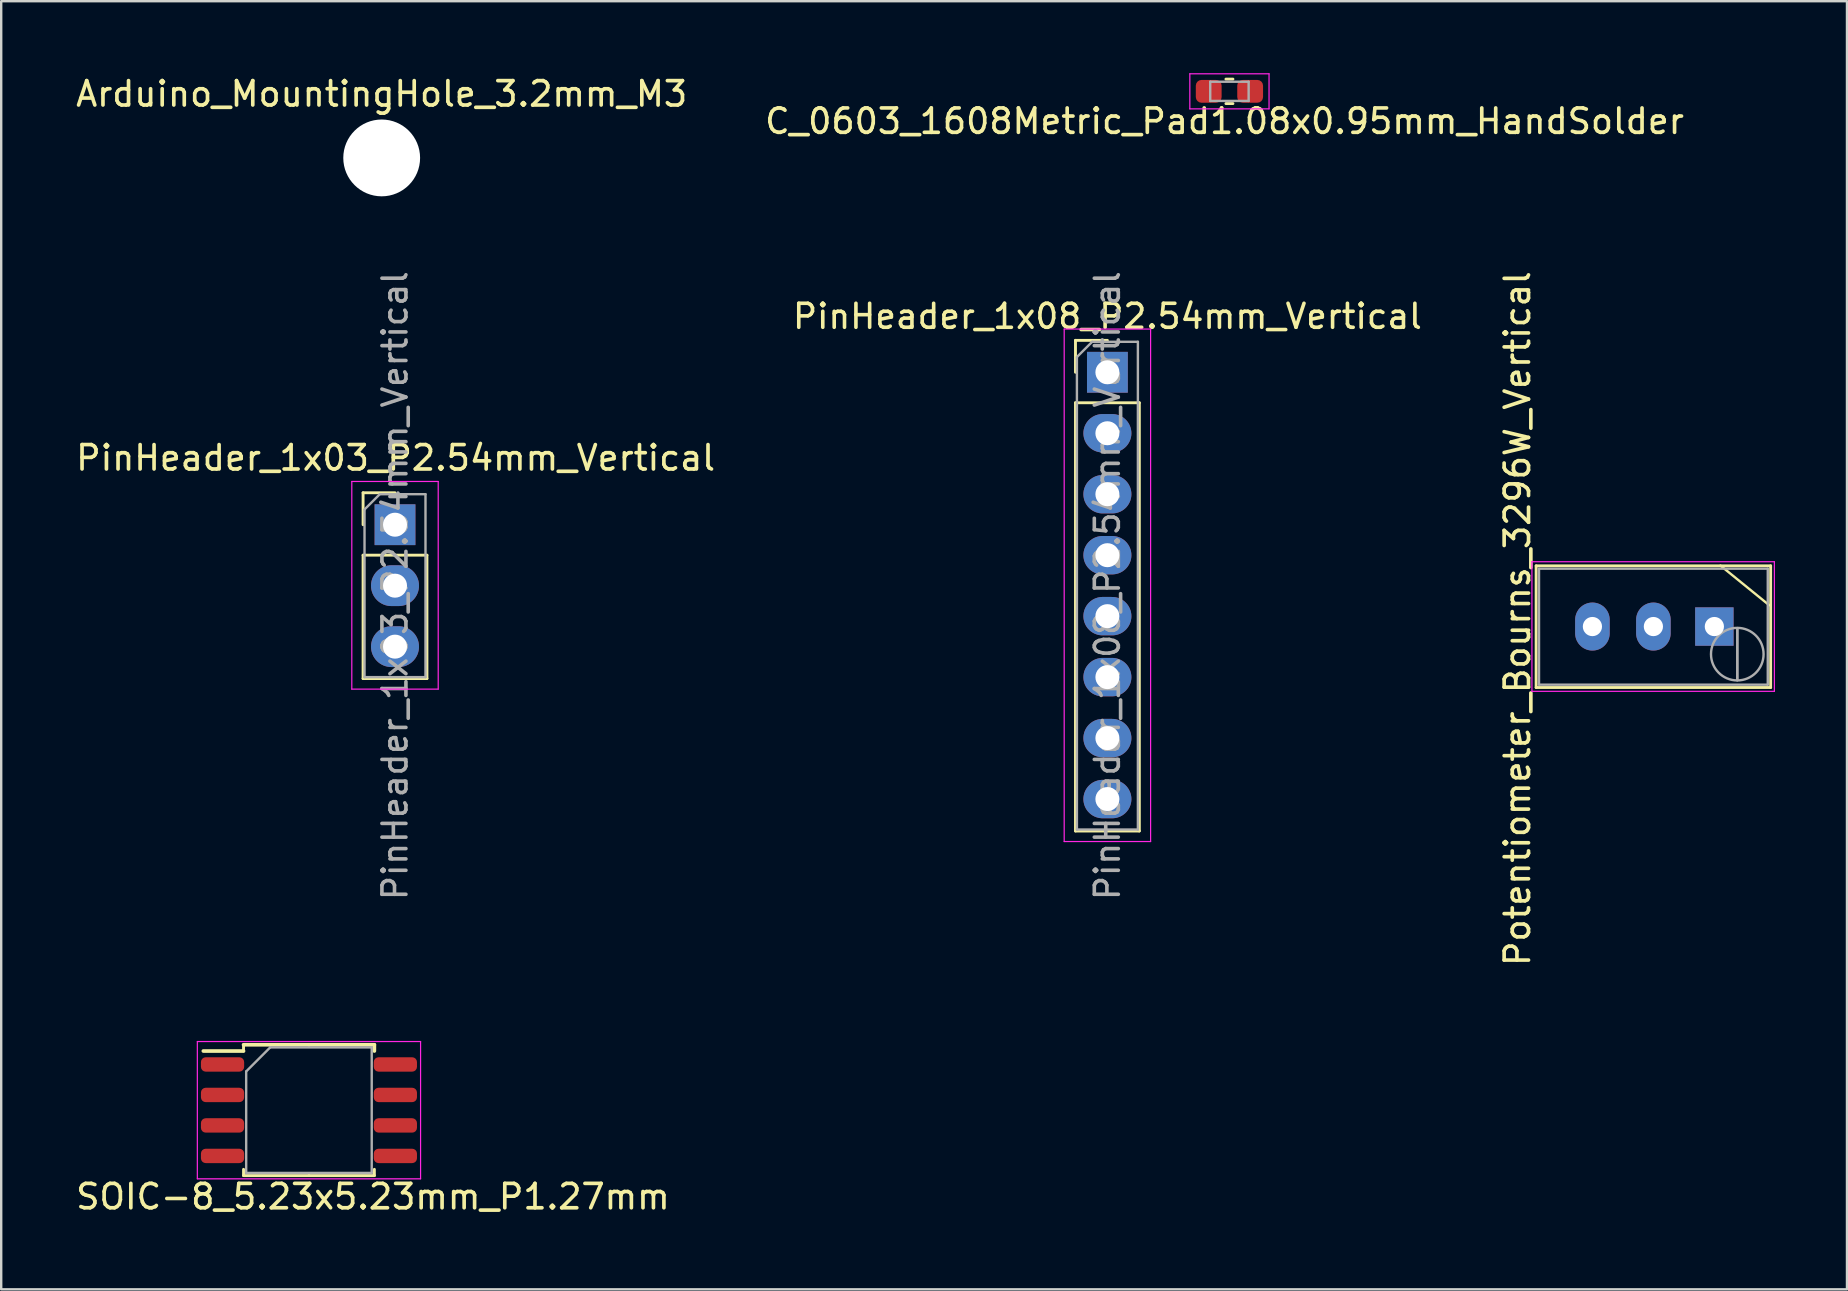
<source format=kicad_pcb>
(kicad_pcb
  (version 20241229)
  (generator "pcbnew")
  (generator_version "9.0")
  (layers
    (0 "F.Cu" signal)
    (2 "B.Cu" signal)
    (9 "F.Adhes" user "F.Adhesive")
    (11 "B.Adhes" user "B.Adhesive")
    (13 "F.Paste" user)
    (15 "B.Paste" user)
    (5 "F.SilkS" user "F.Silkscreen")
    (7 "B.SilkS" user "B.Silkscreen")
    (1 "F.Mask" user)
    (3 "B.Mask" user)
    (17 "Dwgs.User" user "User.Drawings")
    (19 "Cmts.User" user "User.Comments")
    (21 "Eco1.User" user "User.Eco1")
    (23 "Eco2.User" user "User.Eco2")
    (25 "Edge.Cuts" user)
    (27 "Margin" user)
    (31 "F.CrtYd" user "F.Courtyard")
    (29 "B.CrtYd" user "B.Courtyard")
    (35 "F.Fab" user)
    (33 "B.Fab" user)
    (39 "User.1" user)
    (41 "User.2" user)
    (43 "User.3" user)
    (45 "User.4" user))
  (footprint "C_0603_1608Metric_Pad1.08x0.95mm_HandSolder"
    (layer "F.Cu")
    (at 48.168 0.755)
    (property "Reference" "C_0603_1608Metric_Pad1.08x0.95mm_HandSolder" (at -0.204 1.245 180) (layer "F.SilkS") (effects (font (size 1.016 1.016) (thickness 0.152))))
    (attr smd)
    (fp_line (start -0.146 -0.51) (end 0.146 -0.51) (stroke (width 0.12) (type solid)) (layer "F.SilkS"))
    (fp_line (start -0.146 0.51) (end 0.146 0.51) (stroke (width 0.12) (type solid)) (layer "F.SilkS"))
    (fp_line (start -1.65 -0.73) (end 1.65 -0.73) (stroke (width 0.05) (type solid)) (layer "F.CrtYd"))
    (fp_line (start -1.65 0.73) (end -1.65 -0.73) (stroke (width 0.05) (type solid)) (layer "F.CrtYd"))
    (fp_line (start 1.65 -0.73) (end 1.65 0.73) (stroke (width 0.05) (type solid)) (layer "F.CrtYd"))
    (fp_line (start 1.65 0.73) (end -1.65 0.73) (stroke (width 0.05) (type solid)) (layer "F.CrtYd"))
    (fp_line (start -0.8 -0.4) (end 0.8 -0.4) (stroke (width 0.1) (type solid)) (layer "F.Fab"))
    (fp_line (start -0.8 0.4) (end -0.8 -0.4) (stroke (width 0.1) (type solid)) (layer "F.Fab"))
    (fp_line (start 0.8 -0.4) (end 0.8 0.4) (stroke (width 0.1) (type solid)) (layer "F.Fab"))
    (fp_line (start 0.8 0.4) (end -0.8 0.4) (stroke (width 0.1) (type solid)) (layer "F.Fab"))
    (pad "1" smd roundrect (at -0.863 0) (size 1.075 0.95) (layers "F.Cu" "F.Mask" "F.Paste") (roundrect_rratio 0.25))
    (pad "2" smd roundrect (at 0.863 0) (size 1.075 0.95) (layers "F.Cu" "F.Mask" "F.Paste") (roundrect_rratio 0.25)))
  (footprint "SOIC-8_5.23x5.23mm_P1.27mm"
    (layer "F.Cu")
    (at 9.821 43.2)
    (property "Reference" "SOIC-8_5.23x5.23mm_P1.27mm" (at 2.667 3.603 180) (layer "F.SilkS") (effects (font (size 1.016 1.016) (thickness 0.152))))
    (attr smd)
    (fp_line (start -2.725 -2.725) (end -2.725 -2.465) (stroke (width 0.12) (type solid)) (layer "F.SilkS"))
    (fp_line (start -2.725 -2.465) (end -4.4 -2.465) (stroke (width 0.152) (type solid)) (layer "F.SilkS"))
    (fp_line (start -2.725 2.725) (end -2.725 2.465) (stroke (width 0.12) (type solid)) (layer "F.SilkS"))
    (fp_line (start 0 -2.725) (end -2.725 -2.725) (stroke (width 0.152) (type solid)) (layer "F.SilkS"))
    (fp_line (start 0 -2.725) (end 2.725 -2.725) (stroke (width 0.152) (type solid)) (layer "F.SilkS"))
    (fp_line (start 0 2.725) (end -2.725 2.725) (stroke (width 0.12) (type solid)) (layer "F.SilkS"))
    (fp_line (start 0 2.725) (end 2.725 2.725) (stroke (width 0.12) (type solid)) (layer "F.SilkS"))
    (fp_line (start 2.725 -2.725) (end 2.725 -2.465) (stroke (width 0.152) (type solid)) (layer "F.SilkS"))
    (fp_line (start 2.725 2.725) (end 2.725 2.465) (stroke (width 0.12) (type solid)) (layer "F.SilkS"))
    (fp_line (start -4.65 -2.86) (end -4.65 2.86) (stroke (width 0.05) (type solid)) (layer "F.CrtYd"))
    (fp_line (start -4.65 2.86) (end 4.65 2.86) (stroke (width 0.05) (type solid)) (layer "F.CrtYd"))
    (fp_line (start 4.65 -2.86) (end -4.65 -2.86) (stroke (width 0.05) (type solid)) (layer "F.CrtYd"))
    (fp_line (start 4.65 2.86) (end 4.65 -2.86) (stroke (width 0.05) (type solid)) (layer "F.CrtYd"))
    (fp_line (start -2.615 -1.615) (end -1.615 -2.615) (stroke (width 0.1) (type solid)) (layer "F.Fab"))
    (fp_line (start -2.615 2.615) (end -2.615 -1.615) (stroke (width 0.1) (type solid)) (layer "F.Fab"))
    (fp_line (start -1.615 -2.615) (end 2.615 -2.615) (stroke (width 0.1) (type solid)) (layer "F.Fab"))
    (fp_line (start 2.615 -2.615) (end 2.615 2.615) (stroke (width 0.1) (type solid)) (layer "F.Fab"))
    (fp_line (start 2.615 2.615) (end -2.615 2.615) (stroke (width 0.1) (type solid)) (layer "F.Fab"))
    (pad "1" smd roundrect (at -3.6 -1.905) (size 1.8 0.6) (layers "F.Cu" "F.Mask" "F.Paste") (roundrect_rratio 0.333))
    (pad "2" smd roundrect (at -3.6 -0.635) (size 1.8 0.6) (layers "F.Cu" "F.Mask" "F.Paste") (roundrect_rratio 0.333))
    (pad "3" smd roundrect (at -3.6 0.635) (size 1.8 0.6) (layers "F.Cu" "F.Mask" "F.Paste") (roundrect_rratio 0.333))
    (pad "4" smd roundrect (at -3.6 1.905) (size 1.8 0.6) (layers "F.Cu" "F.Mask" "F.Paste") (roundrect_rratio 0.333))
    (pad "5" smd roundrect (at 3.6 1.905) (size 1.8 0.6) (layers "F.Cu" "F.Mask" "F.Paste") (roundrect_rratio 0.333))
    (pad "6" smd roundrect (at 3.6 0.635) (size 1.8 0.6) (layers "F.Cu" "F.Mask" "F.Paste") (roundrect_rratio 0.333))
    (pad "7" smd roundrect (at 3.6 -0.635) (size 1.8 0.6) (layers "F.Cu" "F.Mask" "F.Paste") (roundrect_rratio 0.333))
    (pad "8" smd roundrect (at 3.6 -1.905) (size 1.8 0.6) (layers "F.Cu" "F.Mask" "F.Paste") (roundrect_rratio 0.333)))
  (footprint "PinHeader_1x03_P2.54mm_Vertical"
    (layer "F.Cu")
    (at 13.406 18.809)
    (property "Reference" "PinHeader_1x03_P2.54mm_Vertical" (at 0.025 -2.784 0) (layer "F.SilkS") (effects (font (size 1.016 1.016) (thickness 0.152))))
    (attr through_hole)
    (fp_line (start -1.33 -1.33) (end 0 -1.33) (stroke (width 0.12) (type solid)) (layer "F.SilkS"))
    (fp_line (start -1.33 0) (end -1.33 -1.33) (stroke (width 0.12) (type solid)) (layer "F.SilkS"))
    (fp_line (start -1.33 1.27) (end -1.33 6.41) (stroke (width 0.12) (type solid)) (layer "F.SilkS"))
    (fp_line (start -1.33 1.27) (end 1.33 1.27) (stroke (width 0.12) (type solid)) (layer "F.SilkS"))
    (fp_line (start -1.33 6.41) (end 1.33 6.41) (stroke (width 0.12) (type solid)) (layer "F.SilkS"))
    (fp_line (start 1.33 1.27) (end 1.33 6.41) (stroke (width 0.12) (type solid)) (layer "F.SilkS"))
    (fp_line (start -1.8 -1.8) (end -1.8 6.85) (stroke (width 0.05) (type solid)) (layer "F.CrtYd"))
    (fp_line (start -1.8 6.85) (end 1.8 6.85) (stroke (width 0.05) (type solid)) (layer "F.CrtYd"))
    (fp_line (start 1.8 -1.8) (end -1.8 -1.8) (stroke (width 0.05) (type solid)) (layer "F.CrtYd"))
    (fp_line (start 1.8 6.85) (end 1.8 -1.8) (stroke (width 0.05) (type solid)) (layer "F.CrtYd"))
    (fp_line (start -1.27 -0.635) (end -0.635 -1.27) (stroke (width 0.1) (type solid)) (layer "F.Fab"))
    (fp_line (start -1.27 6.35) (end -1.27 -0.635) (stroke (width 0.1) (type solid)) (layer "F.Fab"))
    (fp_line (start -0.635 -1.27) (end 1.27 -1.27) (stroke (width 0.1) (type solid)) (layer "F.Fab"))
    (fp_line (start 1.27 -1.27) (end 1.27 6.35) (stroke (width 0.1) (type solid)) (layer "F.Fab"))
    (fp_line (start 1.27 6.35) (end -1.27 6.35) (stroke (width 0.1) (type solid)) (layer "F.Fab"))
    (fp_text user "${REFERENCE}" (at 0 2.54 270) (layer "F.Fab") (effects (font (size 1 1) (thickness 0.15))))
    (pad "1" thru_hole rect (at 0 0) (size 1.7 1.7) (drill 1) (layers "*.Cu" "*.Mask"))
    (pad "2" thru_hole oval (at 0 2.54) (size 2 1.7) (drill 1) (layers "*.Cu" "*.Mask"))
    (pad "3" thru_hole oval (at 0 5.08) (size 2 1.7) (drill 1) (layers "*.Cu" "*.Mask")))
  (footprint "Potentiometer_Bourns_3296W_Vertical"
    (layer "F.Cu")
    (at 68.37 23.052)
    (property "Reference" "Potentiometer_Bourns_3296W_Vertical" (at -8.204 -0.33 90) (layer "F.SilkS") (effects (font (size 1.016 1.016) (thickness 0.152))))
    (attr through_hole)
    (fp_line (start -7.425 -2.53) (end -7.425 2.54) (stroke (width 0.12) (type solid)) (layer "F.SilkS"))
    (fp_line (start -7.425 -2.53) (end 2.345 -2.53) (stroke (width 0.12) (type solid)) (layer "F.SilkS"))
    (fp_line (start -7.425 2.54) (end 2.345 2.54) (stroke (width 0.12) (type solid)) (layer "F.SilkS"))
    (fp_line (start 0.254 -2.54) (end 2.286 -0.889) (stroke (width 0.1) (type default)) (layer "F.SilkS"))
    (fp_line (start 2.345 -2.53) (end 2.345 2.54) (stroke (width 0.12) (type solid)) (layer "F.SilkS"))
    (fp_line (start -7.6 -2.7) (end -7.6 2.7) (stroke (width 0.05) (type solid)) (layer "F.CrtYd"))
    (fp_line (start -7.6 2.7) (end 2.5 2.7) (stroke (width 0.05) (type solid)) (layer "F.CrtYd"))
    (fp_line (start 2.5 -2.7) (end -7.6 -2.7) (stroke (width 0.05) (type solid)) (layer "F.CrtYd"))
    (fp_line (start 2.5 2.7) (end 2.5 -2.7) (stroke (width 0.05) (type solid)) (layer "F.CrtYd"))
    (fp_line (start -7.305 -2.41) (end -7.305 2.42) (stroke (width 0.1) (type solid)) (layer "F.Fab"))
    (fp_line (start -7.305 2.42) (end 2.225 2.42) (stroke (width 0.1) (type solid)) (layer "F.Fab"))
    (fp_line (start 0.955 2.235) (end 0.956 0.066) (stroke (width 0.1) (type solid)) (layer "F.Fab"))
    (fp_line (start 0.955 2.235) (end 0.956 0.066) (stroke (width 0.1) (type solid)) (layer "F.Fab"))
    (fp_line (start 2.225 -2.41) (end -7.305 -2.41) (stroke (width 0.1) (type solid)) (layer "F.Fab"))
    (fp_line (start 2.225 2.42) (end 2.225 -2.41) (stroke (width 0.1) (type solid)) (layer "F.Fab"))
    (fp_circle (center 0.955 1.15) (end 2.05 1.15) (stroke (width 0.1) (type solid)) (fill no) (layer "F.Fab"))
    (pad "1" thru_hole rect (at 0 0) (size 1.6 1.6) (drill 0.8) (layers "*.Cu" "*.Mask"))
    (pad "2" thru_hole oval (at -2.54 0) (size 1.44 2) (drill 0.8) (layers "*.Cu" "*.Mask"))
    (pad "3" thru_hole oval (at -5.08 0) (size 1.44 2) (drill 0.8) (layers "*.Cu" "*.Mask")))
  (footprint "Arduino_MountingHole_3.2mm_M3"
    (layer "F.Cu")
    (at 12.851 3.529)
    (property "Reference" "Arduino_MountingHole_3.2mm_M3" (at 0 -2.667 0) (layer "F.SilkS") (effects (font (size 1.016 1.016) (thickness 0.152))))
    (attr exclude_from_pos_files)
    (pad "" np_thru_hole circle (at 0 0) (size 3.2 3.2) (drill 3.2) (layers "*.Cu" "*.Mask")))
  (footprint "PinHeader_1x08_P2.54mm_Vertical"
    (layer "F.Cu")
    (at 43.084 12.459)
    (property "Reference" "PinHeader_1x08_P2.54mm_Vertical" (at 0 -2.33 180) (layer "F.SilkS") (effects (font (size 1 1) (thickness 0.15))))
    (attr through_hole)
    (fp_line (start -1.33 -1.33) (end 0 -1.33) (stroke (width 0.12) (type solid)) (layer "F.SilkS"))
    (fp_line (start -1.33 0) (end -1.33 -1.33) (stroke (width 0.12) (type solid)) (layer "F.SilkS"))
    (fp_line (start -1.33 1.27) (end -1.33 19.11) (stroke (width 0.12) (type solid)) (layer "F.SilkS"))
    (fp_line (start -1.33 1.27) (end 1.33 1.27) (stroke (width 0.12) (type solid)) (layer "F.SilkS"))
    (fp_line (start -1.33 19.11) (end 1.33 19.11) (stroke (width 0.12) (type solid)) (layer "F.SilkS"))
    (fp_line (start 1.33 1.27) (end 1.33 19.11) (stroke (width 0.12) (type solid)) (layer "F.SilkS"))
    (fp_line (start -1.8 -1.8) (end -1.8 19.55) (stroke (width 0.05) (type solid)) (layer "F.CrtYd"))
    (fp_line (start -1.8 19.55) (end 1.8 19.55) (stroke (width 0.05) (type solid)) (layer "F.CrtYd"))
    (fp_line (start 1.8 -1.8) (end -1.8 -1.8) (stroke (width 0.05) (type solid)) (layer "F.CrtYd"))
    (fp_line (start 1.8 19.55) (end 1.8 -1.8) (stroke (width 0.05) (type solid)) (layer "F.CrtYd"))
    (fp_line (start -1.27 -0.635) (end -0.635 -1.27) (stroke (width 0.1) (type solid)) (layer "F.Fab"))
    (fp_line (start -1.27 19.05) (end -1.27 -0.635) (stroke (width 0.1) (type solid)) (layer "F.Fab"))
    (fp_line (start -0.635 -1.27) (end 1.27 -1.27) (stroke (width 0.1) (type solid)) (layer "F.Fab"))
    (fp_line (start 1.27 -1.27) (end 1.27 19.05) (stroke (width 0.1) (type solid)) (layer "F.Fab"))
    (fp_line (start 1.27 19.05) (end -1.27 19.05) (stroke (width 0.1) (type solid)) (layer "F.Fab"))
    (fp_text user "${REFERENCE}" (at 0 8.89 90) (layer "F.Fab") (effects (font (size 1 1) (thickness 0.15))))
    (pad "1" thru_hole rect (at 0 0) (size 1.7 1.7) (drill 1) (layers "*.Cu" "*.Mask"))
    (pad "2" thru_hole oval (at 0 2.54) (size 2 1.6) (drill 1) (layers "*.Cu" "*.Mask"))
    (pad "3" thru_hole oval (at 0 5.08) (size 2 1.6) (drill 1) (layers "*.Cu" "*.Mask"))
    (pad "4" thru_hole oval (at 0 7.62) (size 2 1.6) (drill 1) (layers "*.Cu" "*.Mask"))
    (pad "5" thru_hole oval (at 0 10.16) (size 2 1.6) (drill 1) (layers "*.Cu" "*.Mask"))
    (pad "6" thru_hole oval (at 0 12.7) (size 2 1.6) (drill 1) (layers "*.Cu" "*.Mask"))
    (pad "7" thru_hole oval (at 0 15.24) (size 2 1.6) (drill 1) (layers "*.Cu" "*.Mask"))
    (pad "8" thru_hole oval (at 0 17.78) (size 2 1.6) (drill 1) (layers "*.Cu" "*.Mask")))
  (gr_rect
    (start -3 -3)
    (end 73.895 50.664)
    (stroke (width 0.1) (type default))
    (fill no)
    (layer "Edge.Cuts")))
</source>
